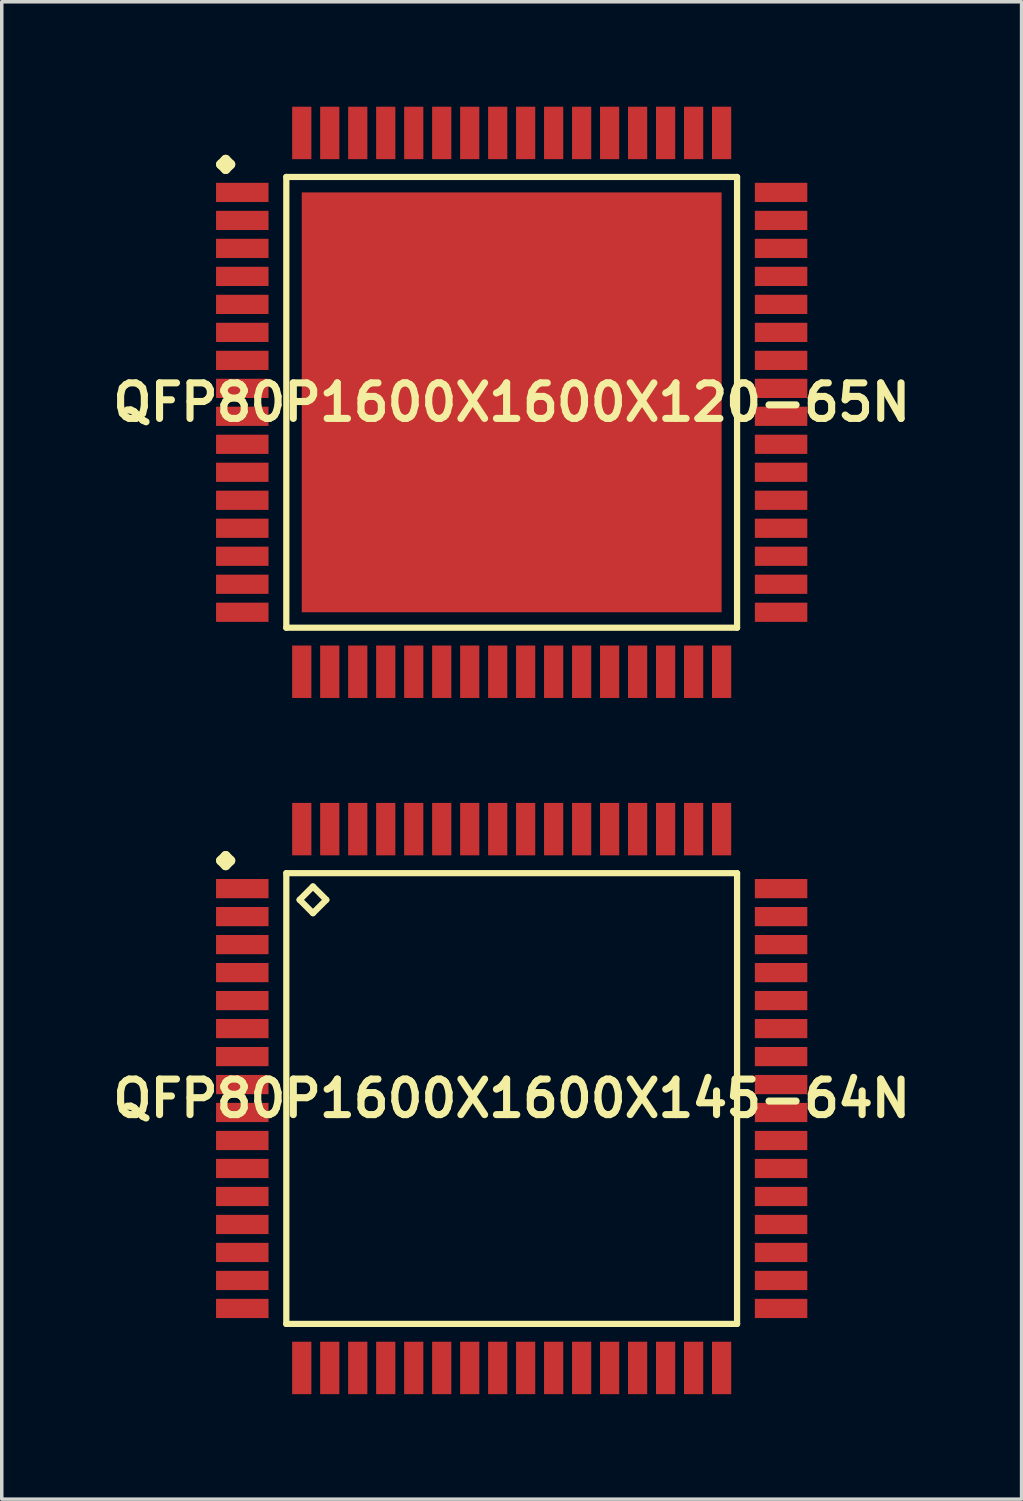
<source format=kicad_pcb>
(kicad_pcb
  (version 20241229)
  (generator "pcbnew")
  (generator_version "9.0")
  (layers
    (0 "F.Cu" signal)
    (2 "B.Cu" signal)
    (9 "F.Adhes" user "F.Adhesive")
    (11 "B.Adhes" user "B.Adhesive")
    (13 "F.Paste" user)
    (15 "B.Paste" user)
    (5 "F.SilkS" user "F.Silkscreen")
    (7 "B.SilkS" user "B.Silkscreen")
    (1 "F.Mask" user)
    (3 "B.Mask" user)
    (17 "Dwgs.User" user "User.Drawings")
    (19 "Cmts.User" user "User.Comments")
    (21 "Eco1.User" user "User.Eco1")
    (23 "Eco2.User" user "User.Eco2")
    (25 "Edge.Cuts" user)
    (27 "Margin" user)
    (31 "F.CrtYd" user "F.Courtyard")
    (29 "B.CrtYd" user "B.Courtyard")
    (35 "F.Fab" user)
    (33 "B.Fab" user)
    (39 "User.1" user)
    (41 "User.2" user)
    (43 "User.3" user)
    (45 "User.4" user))
  (footprint "QFP80P1600X1600X145-64N"
    (layer "F.Cu")
    (at 11.573 28.344)
    (property "Reference" "QFP80P1600X1600X145-64N" (at 0 0 0) (layer "F.SilkS") (effects (font (size 1.016 1.016) (thickness 0.203))))
    (attr smd)
    (fp_line (start -8.311 -6.8) (end -8.174 -6.937) (stroke (width 0.274) (type solid)) (layer "F.SilkS"))
    (fp_line (start -8.174 -6.937) (end -8.037 -6.8) (stroke (width 0.274) (type solid)) (layer "F.SilkS"))
    (fp_line (start -8.174 -6.662) (end -8.311 -6.8) (stroke (width 0.274) (type solid)) (layer "F.SilkS"))
    (fp_line (start -8.037 -6.8) (end -8.174 -6.662) (stroke (width 0.274) (type solid)) (layer "F.SilkS"))
    (fp_line (start -6.441 -6.441) (end -6.441 6.441) (stroke (width 0.178) (type solid)) (layer "F.SilkS"))
    (fp_line (start -6.441 6.441) (end 6.441 6.441) (stroke (width 0.178) (type solid)) (layer "F.SilkS"))
    (fp_line (start -6.06 -5.679) (end -5.679 -6.06) (stroke (width 0.178) (type solid)) (layer "F.SilkS"))
    (fp_line (start -5.679 -6.06) (end -5.298 -5.679) (stroke (width 0.178) (type solid)) (layer "F.SilkS"))
    (fp_line (start -5.679 -5.298) (end -6.06 -5.679) (stroke (width 0.178) (type solid)) (layer "F.SilkS"))
    (fp_line (start -5.298 -5.679) (end -5.679 -5.298) (stroke (width 0.178) (type solid)) (layer "F.SilkS"))
    (fp_line (start 6.441 -6.441) (end -6.441 -6.441) (stroke (width 0.178) (type solid)) (layer "F.SilkS"))
    (fp_line (start 6.441 6.441) (end 6.441 -6.441) (stroke (width 0.178) (type solid)) (layer "F.SilkS"))
    (pad "1" smd rect (at -7.699 -5.999) (size 1.499 0.549) (layers "F.Cu" "F.Mask" "F.Paste"))
    (pad "2" smd rect (at -7.699 -5.199) (size 1.499 0.549) (layers "F.Cu" "F.Mask" "F.Paste"))
    (pad "3" smd rect (at -7.699 -4.399) (size 1.499 0.549) (layers "F.Cu" "F.Mask" "F.Paste"))
    (pad "4" smd rect (at -7.699 -3.599) (size 1.499 0.549) (layers "F.Cu" "F.Mask" "F.Paste"))
    (pad "5" smd rect (at -7.699 -2.799) (size 1.499 0.549) (layers "F.Cu" "F.Mask" "F.Paste"))
    (pad "6" smd rect (at -7.699 -1.999) (size 1.499 0.549) (layers "F.Cu" "F.Mask" "F.Paste"))
    (pad "7" smd rect (at -7.699 -1.199) (size 1.499 0.549) (layers "F.Cu" "F.Mask" "F.Paste"))
    (pad "8" smd rect (at -7.699 -0.399) (size 1.499 0.549) (layers "F.Cu" "F.Mask" "F.Paste"))
    (pad "9" smd rect (at -7.699 0.399) (size 1.499 0.549) (layers "F.Cu" "F.Mask" "F.Paste"))
    (pad "10" smd rect (at -7.699 1.199) (size 1.499 0.549) (layers "F.Cu" "F.Mask" "F.Paste"))
    (pad "11" smd rect (at -7.699 1.999) (size 1.499 0.549) (layers "F.Cu" "F.Mask" "F.Paste"))
    (pad "12" smd rect (at -7.699 2.799) (size 1.499 0.549) (layers "F.Cu" "F.Mask" "F.Paste"))
    (pad "13" smd rect (at -7.699 3.599) (size 1.499 0.549) (layers "F.Cu" "F.Mask" "F.Paste"))
    (pad "14" smd rect (at -7.699 4.399) (size 1.499 0.549) (layers "F.Cu" "F.Mask" "F.Paste"))
    (pad "15" smd rect (at -7.699 5.199) (size 1.499 0.549) (layers "F.Cu" "F.Mask" "F.Paste"))
    (pad "16" smd rect (at -7.699 5.999) (size 1.499 0.549) (layers "F.Cu" "F.Mask" "F.Paste"))
    (pad "17" smd rect (at -5.999 7.699) (size 0.549 1.499) (layers "F.Cu" "F.Mask" "F.Paste"))
    (pad "18" smd rect (at -5.199 7.699) (size 0.549 1.499) (layers "F.Cu" "F.Mask" "F.Paste"))
    (pad "19" smd rect (at -4.399 7.699) (size 0.549 1.499) (layers "F.Cu" "F.Mask" "F.Paste"))
    (pad "20" smd rect (at -3.599 7.699) (size 0.549 1.499) (layers "F.Cu" "F.Mask" "F.Paste"))
    (pad "21" smd rect (at -2.799 7.699) (size 0.549 1.499) (layers "F.Cu" "F.Mask" "F.Paste"))
    (pad "22" smd rect (at -1.999 7.699) (size 0.549 1.499) (layers "F.Cu" "F.Mask" "F.Paste"))
    (pad "23" smd rect (at -1.199 7.699) (size 0.549 1.499) (layers "F.Cu" "F.Mask" "F.Paste"))
    (pad "24" smd rect (at -0.399 7.699) (size 0.549 1.499) (layers "F.Cu" "F.Mask" "F.Paste"))
    (pad "25" smd rect (at 0.399 7.699) (size 0.549 1.499) (layers "F.Cu" "F.Mask" "F.Paste"))
    (pad "26" smd rect (at 1.199 7.699) (size 0.549 1.499) (layers "F.Cu" "F.Mask" "F.Paste"))
    (pad "27" smd rect (at 1.999 7.699) (size 0.549 1.499) (layers "F.Cu" "F.Mask" "F.Paste"))
    (pad "28" smd rect (at 2.799 7.699) (size 0.549 1.499) (layers "F.Cu" "F.Mask" "F.Paste"))
    (pad "29" smd rect (at 3.599 7.699) (size 0.549 1.499) (layers "F.Cu" "F.Mask" "F.Paste"))
    (pad "30" smd rect (at 4.399 7.699) (size 0.549 1.499) (layers "F.Cu" "F.Mask" "F.Paste"))
    (pad "31" smd rect (at 5.199 7.699) (size 0.549 1.499) (layers "F.Cu" "F.Mask" "F.Paste"))
    (pad "32" smd rect (at 5.999 7.699) (size 0.549 1.499) (layers "F.Cu" "F.Mask" "F.Paste"))
    (pad "33" smd rect (at 7.699 5.999) (size 1.499 0.549) (layers "F.Cu" "F.Mask" "F.Paste"))
    (pad "34" smd rect (at 7.699 5.199) (size 1.499 0.549) (layers "F.Cu" "F.Mask" "F.Paste"))
    (pad "35" smd rect (at 7.699 4.399) (size 1.499 0.549) (layers "F.Cu" "F.Mask" "F.Paste"))
    (pad "36" smd rect (at 7.699 3.599) (size 1.499 0.549) (layers "F.Cu" "F.Mask" "F.Paste"))
    (pad "37" smd rect (at 7.699 2.799) (size 1.499 0.549) (layers "F.Cu" "F.Mask" "F.Paste"))
    (pad "38" smd rect (at 7.699 1.999) (size 1.499 0.549) (layers "F.Cu" "F.Mask" "F.Paste"))
    (pad "39" smd rect (at 7.699 1.199) (size 1.499 0.549) (layers "F.Cu" "F.Mask" "F.Paste"))
    (pad "40" smd rect (at 7.699 0.399) (size 1.499 0.549) (layers "F.Cu" "F.Mask" "F.Paste"))
    (pad "41" smd rect (at 7.699 -0.399) (size 1.499 0.549) (layers "F.Cu" "F.Mask" "F.Paste"))
    (pad "42" smd rect (at 7.699 -1.199) (size 1.499 0.549) (layers "F.Cu" "F.Mask" "F.Paste"))
    (pad "43" smd rect (at 7.699 -1.999) (size 1.499 0.549) (layers "F.Cu" "F.Mask" "F.Paste"))
    (pad "44" smd rect (at 7.699 -2.799) (size 1.499 0.549) (layers "F.Cu" "F.Mask" "F.Paste"))
    (pad "45" smd rect (at 7.699 -3.599) (size 1.499 0.549) (layers "F.Cu" "F.Mask" "F.Paste"))
    (pad "46" smd rect (at 7.699 -4.399) (size 1.499 0.549) (layers "F.Cu" "F.Mask" "F.Paste"))
    (pad "47" smd rect (at 7.699 -5.199) (size 1.499 0.549) (layers "F.Cu" "F.Mask" "F.Paste"))
    (pad "48" smd rect (at 7.699 -5.999) (size 1.499 0.549) (layers "F.Cu" "F.Mask" "F.Paste"))
    (pad "49" smd rect (at 5.999 -7.699) (size 0.549 1.499) (layers "F.Cu" "F.Mask" "F.Paste"))
    (pad "50" smd rect (at 5.199 -7.699) (size 0.549 1.499) (layers "F.Cu" "F.Mask" "F.Paste"))
    (pad "51" smd rect (at 4.399 -7.699) (size 0.549 1.499) (layers "F.Cu" "F.Mask" "F.Paste"))
    (pad "52" smd rect (at 3.599 -7.699) (size 0.549 1.499) (layers "F.Cu" "F.Mask" "F.Paste"))
    (pad "53" smd rect (at 2.799 -7.699) (size 0.549 1.499) (layers "F.Cu" "F.Mask" "F.Paste"))
    (pad "54" smd rect (at 1.999 -7.699) (size 0.549 1.499) (layers "F.Cu" "F.Mask" "F.Paste"))
    (pad "55" smd rect (at 1.199 -7.699) (size 0.549 1.499) (layers "F.Cu" "F.Mask" "F.Paste"))
    (pad "56" smd rect (at 0.399 -7.699) (size 0.549 1.499) (layers "F.Cu" "F.Mask" "F.Paste"))
    (pad "57" smd rect (at -0.399 -7.699) (size 0.549 1.499) (layers "F.Cu" "F.Mask" "F.Paste"))
    (pad "58" smd rect (at -1.199 -7.699) (size 0.549 1.499) (layers "F.Cu" "F.Mask" "F.Paste"))
    (pad "59" smd rect (at -1.999 -7.699) (size 0.549 1.499) (layers "F.Cu" "F.Mask" "F.Paste"))
    (pad "60" smd rect (at -2.799 -7.699) (size 0.549 1.499) (layers "F.Cu" "F.Mask" "F.Paste"))
    (pad "61" smd rect (at -3.599 -7.699) (size 0.549 1.499) (layers "F.Cu" "F.Mask" "F.Paste"))
    (pad "62" smd rect (at -4.399 -7.699) (size 0.549 1.499) (layers "F.Cu" "F.Mask" "F.Paste"))
    (pad "63" smd rect (at -5.199 -7.699) (size 0.549 1.499) (layers "F.Cu" "F.Mask" "F.Paste"))
    (pad "64" smd rect (at -5.999 -7.699) (size 0.549 1.499) (layers "F.Cu" "F.Mask" "F.Paste")))
  (footprint "QFP80P1600X1600X120-65N"
    (layer "F.Cu")
    (at 11.573 8.448)
    (property "Reference" "QFP80P1600X1600X120-65N" (at 0 0 0) (layer "F.SilkS") (effects (font (size 1.016 1.016) (thickness 0.203))))
    (attr smd)
    (fp_line (start -8.311 -6.8) (end -8.174 -6.937) (stroke (width 0.274) (type solid)) (layer "F.SilkS"))
    (fp_line (start -8.174 -6.937) (end -8.037 -6.8) (stroke (width 0.274) (type solid)) (layer "F.SilkS"))
    (fp_line (start -8.174 -6.662) (end -8.311 -6.8) (stroke (width 0.274) (type solid)) (layer "F.SilkS"))
    (fp_line (start -8.037 -6.8) (end -8.174 -6.662) (stroke (width 0.274) (type solid)) (layer "F.SilkS"))
    (fp_line (start -6.441 -6.441) (end -6.441 6.441) (stroke (width 0.178) (type solid)) (layer "F.SilkS"))
    (fp_line (start -6.441 6.441) (end 6.441 6.441) (stroke (width 0.178) (type solid)) (layer "F.SilkS"))
    (fp_line (start 6.441 -6.441) (end -6.441 -6.441) (stroke (width 0.178) (type solid)) (layer "F.SilkS"))
    (fp_line (start 6.441 6.441) (end 6.441 -6.441) (stroke (width 0.178) (type solid)) (layer "F.SilkS"))
    (pad "1" smd rect (at -7.699 -5.999) (size 1.499 0.549) (layers "F.Cu" "F.Mask" "F.Paste"))
    (pad "2" smd rect (at -7.699 -5.199) (size 1.499 0.549) (layers "F.Cu" "F.Mask" "F.Paste"))
    (pad "3" smd rect (at -7.699 -4.399) (size 1.499 0.549) (layers "F.Cu" "F.Mask" "F.Paste"))
    (pad "4" smd rect (at -7.699 -3.599) (size 1.499 0.549) (layers "F.Cu" "F.Mask" "F.Paste"))
    (pad "5" smd rect (at -7.699 -2.799) (size 1.499 0.549) (layers "F.Cu" "F.Mask" "F.Paste"))
    (pad "6" smd rect (at -7.699 -1.999) (size 1.499 0.549) (layers "F.Cu" "F.Mask" "F.Paste"))
    (pad "7" smd rect (at -7.699 -1.199) (size 1.499 0.549) (layers "F.Cu" "F.Mask" "F.Paste"))
    (pad "8" smd rect (at -7.699 -0.399) (size 1.499 0.549) (layers "F.Cu" "F.Mask" "F.Paste"))
    (pad "9" smd rect (at -7.699 0.399) (size 1.499 0.549) (layers "F.Cu" "F.Mask" "F.Paste"))
    (pad "10" smd rect (at -7.699 1.199) (size 1.499 0.549) (layers "F.Cu" "F.Mask" "F.Paste"))
    (pad "11" smd rect (at -7.699 1.999) (size 1.499 0.549) (layers "F.Cu" "F.Mask" "F.Paste"))
    (pad "12" smd rect (at -7.699 2.799) (size 1.499 0.549) (layers "F.Cu" "F.Mask" "F.Paste"))
    (pad "13" smd rect (at -7.699 3.599) (size 1.499 0.549) (layers "F.Cu" "F.Mask" "F.Paste"))
    (pad "14" smd rect (at -7.699 4.399) (size 1.499 0.549) (layers "F.Cu" "F.Mask" "F.Paste"))
    (pad "15" smd rect (at -7.699 5.199) (size 1.499 0.549) (layers "F.Cu" "F.Mask" "F.Paste"))
    (pad "16" smd rect (at -7.699 5.999) (size 1.499 0.549) (layers "F.Cu" "F.Mask" "F.Paste"))
    (pad "17" smd rect (at -5.999 7.699) (size 0.549 1.499) (layers "F.Cu" "F.Mask" "F.Paste"))
    (pad "18" smd rect (at -5.199 7.699) (size 0.549 1.499) (layers "F.Cu" "F.Mask" "F.Paste"))
    (pad "19" smd rect (at -4.399 7.699) (size 0.549 1.499) (layers "F.Cu" "F.Mask" "F.Paste"))
    (pad "20" smd rect (at -3.599 7.699) (size 0.549 1.499) (layers "F.Cu" "F.Mask" "F.Paste"))
    (pad "21" smd rect (at -2.799 7.699) (size 0.549 1.499) (layers "F.Cu" "F.Mask" "F.Paste"))
    (pad "22" smd rect (at -1.999 7.699) (size 0.549 1.499) (layers "F.Cu" "F.Mask" "F.Paste"))
    (pad "23" smd rect (at -1.199 7.699) (size 0.549 1.499) (layers "F.Cu" "F.Mask" "F.Paste"))
    (pad "24" smd rect (at -0.399 7.699) (size 0.549 1.499) (layers "F.Cu" "F.Mask" "F.Paste"))
    (pad "25" smd rect (at 0.399 7.699) (size 0.549 1.499) (layers "F.Cu" "F.Mask" "F.Paste"))
    (pad "26" smd rect (at 1.199 7.699) (size 0.549 1.499) (layers "F.Cu" "F.Mask" "F.Paste"))
    (pad "27" smd rect (at 1.999 7.699) (size 0.549 1.499) (layers "F.Cu" "F.Mask" "F.Paste"))
    (pad "28" smd rect (at 2.799 7.699) (size 0.549 1.499) (layers "F.Cu" "F.Mask" "F.Paste"))
    (pad "29" smd rect (at 3.599 7.699) (size 0.549 1.499) (layers "F.Cu" "F.Mask" "F.Paste"))
    (pad "30" smd rect (at 4.399 7.699) (size 0.549 1.499) (layers "F.Cu" "F.Mask" "F.Paste"))
    (pad "31" smd rect (at 5.199 7.699) (size 0.549 1.499) (layers "F.Cu" "F.Mask" "F.Paste"))
    (pad "32" smd rect (at 5.999 7.699) (size 0.549 1.499) (layers "F.Cu" "F.Mask" "F.Paste"))
    (pad "33" smd rect (at 7.699 5.999) (size 1.499 0.549) (layers "F.Cu" "F.Mask" "F.Paste"))
    (pad "34" smd rect (at 7.699 5.199) (size 1.499 0.549) (layers "F.Cu" "F.Mask" "F.Paste"))
    (pad "35" smd rect (at 7.699 4.399) (size 1.499 0.549) (layers "F.Cu" "F.Mask" "F.Paste"))
    (pad "36" smd rect (at 7.699 3.599) (size 1.499 0.549) (layers "F.Cu" "F.Mask" "F.Paste"))
    (pad "37" smd rect (at 7.699 2.799) (size 1.499 0.549) (layers "F.Cu" "F.Mask" "F.Paste"))
    (pad "38" smd rect (at 7.699 1.999) (size 1.499 0.549) (layers "F.Cu" "F.Mask" "F.Paste"))
    (pad "39" smd rect (at 7.699 1.199) (size 1.499 0.549) (layers "F.Cu" "F.Mask" "F.Paste"))
    (pad "40" smd rect (at 7.699 0.399) (size 1.499 0.549) (layers "F.Cu" "F.Mask" "F.Paste"))
    (pad "41" smd rect (at 7.699 -0.399) (size 1.499 0.549) (layers "F.Cu" "F.Mask" "F.Paste"))
    (pad "42" smd rect (at 7.699 -1.199) (size 1.499 0.549) (layers "F.Cu" "F.Mask" "F.Paste"))
    (pad "43" smd rect (at 7.699 -1.999) (size 1.499 0.549) (layers "F.Cu" "F.Mask" "F.Paste"))
    (pad "44" smd rect (at 7.699 -2.799) (size 1.499 0.549) (layers "F.Cu" "F.Mask" "F.Paste"))
    (pad "45" smd rect (at 7.699 -3.599) (size 1.499 0.549) (layers "F.Cu" "F.Mask" "F.Paste"))
    (pad "46" smd rect (at 7.699 -4.399) (size 1.499 0.549) (layers "F.Cu" "F.Mask" "F.Paste"))
    (pad "47" smd rect (at 7.699 -5.199) (size 1.499 0.549) (layers "F.Cu" "F.Mask" "F.Paste"))
    (pad "48" smd rect (at 7.699 -5.999) (size 1.499 0.549) (layers "F.Cu" "F.Mask" "F.Paste"))
    (pad "49" smd rect (at 5.999 -7.699) (size 0.549 1.499) (layers "F.Cu" "F.Mask" "F.Paste"))
    (pad "50" smd rect (at 5.199 -7.699) (size 0.549 1.499) (layers "F.Cu" "F.Mask" "F.Paste"))
    (pad "51" smd rect (at 4.399 -7.699) (size 0.549 1.499) (layers "F.Cu" "F.Mask" "F.Paste"))
    (pad "52" smd rect (at 3.599 -7.699) (size 0.549 1.499) (layers "F.Cu" "F.Mask" "F.Paste"))
    (pad "53" smd rect (at 2.799 -7.699) (size 0.549 1.499) (layers "F.Cu" "F.Mask" "F.Paste"))
    (pad "54" smd rect (at 1.999 -7.699) (size 0.549 1.499) (layers "F.Cu" "F.Mask" "F.Paste"))
    (pad "55" smd rect (at 1.199 -7.699) (size 0.549 1.499) (layers "F.Cu" "F.Mask" "F.Paste"))
    (pad "56" smd rect (at 0.399 -7.699) (size 0.549 1.499) (layers "F.Cu" "F.Mask" "F.Paste"))
    (pad "57" smd rect (at -0.399 -7.699) (size 0.549 1.499) (layers "F.Cu" "F.Mask" "F.Paste"))
    (pad "58" smd rect (at -1.199 -7.699) (size 0.549 1.499) (layers "F.Cu" "F.Mask" "F.Paste"))
    (pad "59" smd rect (at -1.999 -7.699) (size 0.549 1.499) (layers "F.Cu" "F.Mask" "F.Paste"))
    (pad "60" smd rect (at -2.799 -7.699) (size 0.549 1.499) (layers "F.Cu" "F.Mask" "F.Paste"))
    (pad "61" smd rect (at -3.599 -7.699) (size 0.549 1.499) (layers "F.Cu" "F.Mask" "F.Paste"))
    (pad "62" smd rect (at -4.399 -7.699) (size 0.549 1.499) (layers "F.Cu" "F.Mask" "F.Paste"))
    (pad "63" smd rect (at -5.199 -7.699) (size 0.549 1.499) (layers "F.Cu" "F.Mask" "F.Paste"))
    (pad "64" smd rect (at -5.999 -7.699) (size 0.549 1.499) (layers "F.Cu" "F.Mask" "F.Paste"))
    (pad "65" smd rect (at 0 0) (size 11.999 11.999) (layers "F.Cu" "F.Mask" "F.Paste")))
  (gr_rect
    (start -3 -3)
    (end 26.145 39.792)
    (stroke (width 0.1) (type default))
    (fill no)
    (layer "Edge.Cuts")))
</source>
